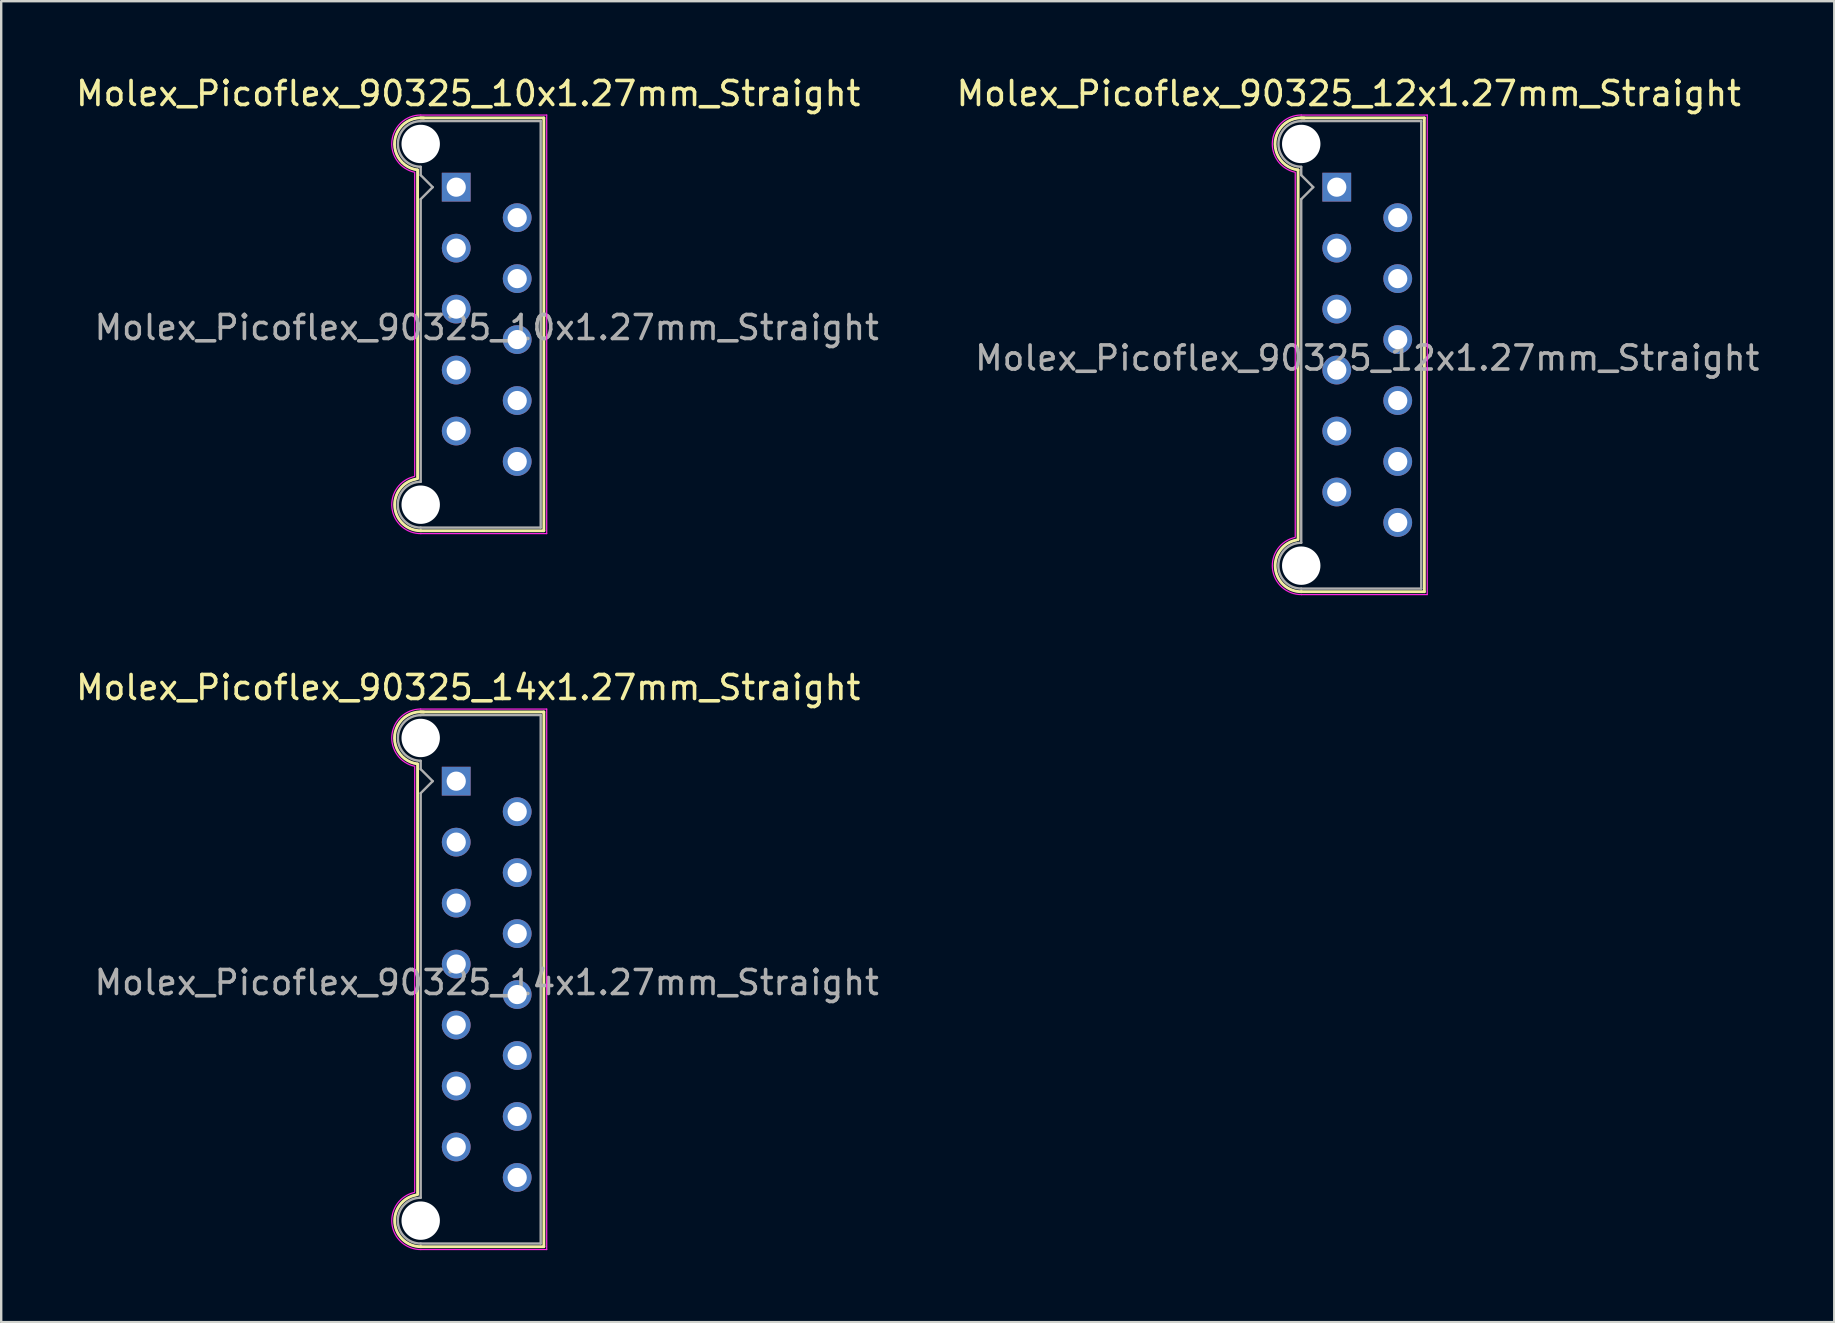
<source format=kicad_pcb>
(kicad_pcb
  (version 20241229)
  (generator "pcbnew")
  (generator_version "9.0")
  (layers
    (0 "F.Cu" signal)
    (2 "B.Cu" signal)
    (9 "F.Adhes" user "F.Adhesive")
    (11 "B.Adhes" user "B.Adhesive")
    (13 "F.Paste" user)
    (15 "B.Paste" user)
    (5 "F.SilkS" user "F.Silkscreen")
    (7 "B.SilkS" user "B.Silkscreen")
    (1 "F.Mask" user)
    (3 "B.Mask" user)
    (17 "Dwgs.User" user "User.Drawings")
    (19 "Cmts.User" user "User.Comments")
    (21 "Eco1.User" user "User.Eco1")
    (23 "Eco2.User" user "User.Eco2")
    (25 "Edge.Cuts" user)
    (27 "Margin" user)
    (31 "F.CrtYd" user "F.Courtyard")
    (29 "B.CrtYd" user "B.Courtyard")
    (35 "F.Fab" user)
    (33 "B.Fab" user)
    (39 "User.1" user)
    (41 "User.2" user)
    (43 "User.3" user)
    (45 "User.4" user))
  (footprint "Molex_Picoflex_90325_12x1.27mm_Straight"
    (layer "F.Cu")
    (at 52.645 4.748)
    (property "Reference" "Molex_Picoflex_90325_12x1.27mm_Straight" (at 0.5 -3.9 0) (layer "F.SilkS") (effects (font (size 1 1) (thickness 0.15))))
    (attr through_hole)
    (fp_line (start -1.61 -0.715) (end -1.61 14.685) (stroke (width 0.12) (type solid)) (layer "F.SilkS"))
    (fp_line (start -1.48 -2.885) (end 3.65 -2.885) (stroke (width 0.12) (type solid)) (layer "F.SilkS"))
    (fp_line (start 3.65 -2.885) (end 3.65 16.855) (stroke (width 0.12) (type solid)) (layer "F.SilkS"))
    (fp_line (start 3.65 16.855) (end -1.48 16.855) (stroke (width 0.12) (type solid)) (layer "F.SilkS"))
    (fp_arc (start -1.61 -0.72) (mid -2.56 -1.93) (end -1.35 -2.88) (stroke (width 0.12) (type solid)) (layer "F.SilkS"))
    (fp_arc (start -1.47 16.855) (mid -2.56 15.874526) (end -1.678256 14.70322) (stroke (width 0.12) (type solid)) (layer "F.SilkS"))
    (fp_line (start -1.73 -0.595) (end -1.73 14.565) (stroke (width 0.05) (type solid)) (layer "F.CrtYd"))
    (fp_line (start -1.48 -3.005) (end 3.77 -3.005) (stroke (width 0.05) (type solid)) (layer "F.CrtYd"))
    (fp_line (start 3.77 -3.005) (end 3.77 16.975) (stroke (width 0.05) (type solid)) (layer "F.CrtYd"))
    (fp_line (start 3.77 16.975) (end -1.48 16.975) (stroke (width 0.05) (type solid)) (layer "F.CrtYd"))
    (fp_arc (start -1.73 -0.62) (mid -2.679668 -1.925287) (end -1.480799 -3.006192) (stroke (width 0.05) (type solid)) (layer "F.CrtYd"))
    (fp_arc (start -1.47 16.975) (mid -2.677354 15.905902) (end -1.740315 14.593411) (stroke (width 0.05) (type solid)) (layer "F.CrtYd"))
    (fp_line (start -1.48 -2.755) (end 3.52 -2.755) (stroke (width 0.1) (type solid)) (layer "F.Fab"))
    (fp_line (start -1.48 -0.845) (end -1.48 -0.5) (stroke (width 0.1) (type solid)) (layer "F.Fab"))
    (fp_line (start -1.48 -0.5) (end -0.98 0) (stroke (width 0.1) (type solid)) (layer "F.Fab"))
    (fp_line (start -1.48 0.5) (end -1.48 14.815) (stroke (width 0.1) (type solid)) (layer "F.Fab"))
    (fp_line (start -0.98 0) (end -1.48 0.5) (stroke (width 0.1) (type solid)) (layer "F.Fab"))
    (fp_line (start 3.52 -2.755) (end 3.52 16.725) (stroke (width 0.1) (type solid)) (layer "F.Fab"))
    (fp_line (start 3.52 16.725) (end -1.48 16.725) (stroke (width 0.1) (type solid)) (layer "F.Fab"))
    (fp_arc (start -1.48 -0.85) (mid -2.43 -1.8) (end -1.48 -2.75) (stroke (width 0.1) (type solid)) (layer "F.Fab"))
    (fp_arc (start -1.48 16.725) (mid -2.435 15.77) (end -1.48 14.815) (stroke (width 0.1) (type solid)) (layer "F.Fab"))
    (fp_text user "${REFERENCE}" (at 1.27 7.12 0) (layer "F.Fab") (effects (font (size 1 1) (thickness 0.15))))
    (pad "" np_thru_hole circle (at -1.48 -1.8) (size 1.6 1.6) (drill 1.6) (layers "*.Cu"))
    (pad "" np_thru_hole circle (at -1.48 15.77) (size 1.6 1.6) (drill 1.6) (layers "*.Cu"))
    (pad "1" thru_hole rect (at 0 0) (size 1.2 1.2) (drill 0.8) (layers "*.Cu" "*.Mask"))
    (pad "2" thru_hole circle (at 2.54 1.27) (size 1.2 1.2) (drill 0.8) (layers "*.Cu" "*.Mask"))
    (pad "3" thru_hole circle (at 0 2.54) (size 1.2 1.2) (drill 0.8) (layers "*.Cu" "*.Mask"))
    (pad "4" thru_hole circle (at 2.54 3.81) (size 1.2 1.2) (drill 0.8) (layers "*.Cu" "*.Mask"))
    (pad "5" thru_hole circle (at 0 5.08) (size 1.2 1.2) (drill 0.8) (layers "*.Cu" "*.Mask"))
    (pad "6" thru_hole circle (at 2.54 6.35) (size 1.2 1.2) (drill 0.8) (layers "*.Cu" "*.Mask"))
    (pad "7" thru_hole circle (at 0 7.62) (size 1.2 1.2) (drill 0.8) (layers "*.Cu" "*.Mask"))
    (pad "8" thru_hole circle (at 2.54 8.89) (size 1.2 1.2) (drill 0.8) (layers "*.Cu" "*.Mask"))
    (pad "9" thru_hole circle (at 0 10.16) (size 1.2 1.2) (drill 0.8) (layers "*.Cu" "*.Mask"))
    (pad "10" thru_hole circle (at 2.54 11.43) (size 1.2 1.2) (drill 0.8) (layers "*.Cu" "*.Mask"))
    (pad "11" thru_hole circle (at 0 12.7) (size 1.2 1.2) (drill 0.8) (layers "*.Cu" "*.Mask"))
    (pad "12" thru_hole circle (at 2.54 13.97) (size 1.2 1.2) (drill 0.8) (layers "*.Cu" "*.Mask")))
  (footprint "Molex_Picoflex_90325_10x1.27mm_Straight"
    (layer "F.Cu")
    (at 15.958 4.748)
    (property "Reference" "Molex_Picoflex_90325_10x1.27mm_Straight" (at 0.5 -3.9 0) (layer "F.SilkS") (effects (font (size 1 1) (thickness 0.15))))
    (attr through_hole)
    (fp_line (start -1.61 -0.715) (end -1.61 12.145) (stroke (width 0.12) (type solid)) (layer "F.SilkS"))
    (fp_line (start -1.48 -2.885) (end 3.65 -2.885) (stroke (width 0.12) (type solid)) (layer "F.SilkS"))
    (fp_line (start 3.65 -2.885) (end 3.65 14.315) (stroke (width 0.12) (type solid)) (layer "F.SilkS"))
    (fp_line (start 3.65 14.315) (end -1.48 14.315) (stroke (width 0.12) (type solid)) (layer "F.SilkS"))
    (fp_arc (start -1.61 -0.72) (mid -2.56 -1.93) (end -1.35 -2.88) (stroke (width 0.12) (type solid)) (layer "F.SilkS"))
    (fp_arc (start -1.47 14.315) (mid -2.56 13.334526) (end -1.678256 12.16322) (stroke (width 0.12) (type solid)) (layer "F.SilkS"))
    (fp_line (start -1.73 -0.595) (end -1.73 12.025) (stroke (width 0.05) (type solid)) (layer "F.CrtYd"))
    (fp_line (start -1.47 -3.005) (end 3.77 -3.005) (stroke (width 0.05) (type solid)) (layer "F.CrtYd"))
    (fp_line (start 3.77 -3.005) (end 3.77 14.435) (stroke (width 0.05) (type solid)) (layer "F.CrtYd"))
    (fp_line (start 3.77 14.435) (end -1.48 14.435) (stroke (width 0.05) (type solid)) (layer "F.CrtYd"))
    (fp_arc (start -1.73 -0.62) (mid -2.679668 -1.925287) (end -1.480799 -3.006192) (stroke (width 0.05) (type solid)) (layer "F.CrtYd"))
    (fp_arc (start -1.47 14.435) (mid -2.677354 13.365902) (end -1.740315 12.053411) (stroke (width 0.05) (type solid)) (layer "F.CrtYd"))
    (fp_line (start -1.48 -2.755) (end 3.52 -2.755) (stroke (width 0.1) (type solid)) (layer "F.Fab"))
    (fp_line (start -1.48 -0.845) (end -1.48 -0.5) (stroke (width 0.1) (type solid)) (layer "F.Fab"))
    (fp_line (start -1.48 -0.5) (end -0.98 0) (stroke (width 0.1) (type solid)) (layer "F.Fab"))
    (fp_line (start -1.48 0.5) (end -1.48 12.275) (stroke (width 0.1) (type solid)) (layer "F.Fab"))
    (fp_line (start -0.98 0) (end -1.48 0.5) (stroke (width 0.1) (type solid)) (layer "F.Fab"))
    (fp_line (start 3.52 -2.755) (end 3.52 14.185) (stroke (width 0.1) (type solid)) (layer "F.Fab"))
    (fp_line (start 3.52 14.185) (end -1.48 14.185) (stroke (width 0.1) (type solid)) (layer "F.Fab"))
    (fp_arc (start -1.48 -0.85) (mid -2.43 -1.8) (end -1.48 -2.75) (stroke (width 0.1) (type solid)) (layer "F.Fab"))
    (fp_arc (start -1.48 14.185) (mid -2.435 13.23) (end -1.48 12.275) (stroke (width 0.1) (type solid)) (layer "F.Fab"))
    (fp_text user "${REFERENCE}" (at 1.27 5.85 0) (layer "F.Fab") (effects (font (size 1 1) (thickness 0.15))))
    (pad "" np_thru_hole circle (at -1.48 -1.8) (size 1.6 1.6) (drill 1.6) (layers "*.Cu"))
    (pad "" np_thru_hole circle (at -1.48 13.23) (size 1.6 1.6) (drill 1.6) (layers "*.Cu"))
    (pad "1" thru_hole rect (at 0 0) (size 1.2 1.2) (drill 0.8) (layers "*.Cu" "*.Mask"))
    (pad "2" thru_hole circle (at 2.54 1.27) (size 1.2 1.2) (drill 0.8) (layers "*.Cu" "*.Mask"))
    (pad "3" thru_hole circle (at 0 2.54) (size 1.2 1.2) (drill 0.8) (layers "*.Cu" "*.Mask"))
    (pad "4" thru_hole circle (at 2.54 3.81) (size 1.2 1.2) (drill 0.8) (layers "*.Cu" "*.Mask"))
    (pad "5" thru_hole circle (at 0 5.08) (size 1.2 1.2) (drill 0.8) (layers "*.Cu" "*.Mask"))
    (pad "6" thru_hole circle (at 2.54 6.35) (size 1.2 1.2) (drill 0.8) (layers "*.Cu" "*.Mask"))
    (pad "7" thru_hole circle (at 0 7.62) (size 1.2 1.2) (drill 0.8) (layers "*.Cu" "*.Mask"))
    (pad "8" thru_hole circle (at 2.54 8.89) (size 1.2 1.2) (drill 0.8) (layers "*.Cu" "*.Mask"))
    (pad "9" thru_hole circle (at 0 10.16) (size 1.2 1.2) (drill 0.8) (layers "*.Cu" "*.Mask"))
    (pad "10" thru_hole circle (at 2.54 11.43) (size 1.2 1.2) (drill 0.8) (layers "*.Cu" "*.Mask")))
  (footprint "Molex_Picoflex_90325_14x1.27mm_Straight"
    (layer "F.Cu")
    (at 15.958 29.497)
    (property "Reference" "Molex_Picoflex_90325_14x1.27mm_Straight" (at 0.5 -3.9 0) (layer "F.SilkS") (effects (font (size 1 1) (thickness 0.15))))
    (attr through_hole)
    (fp_line (start -1.61 -0.715) (end -1.61 17.225) (stroke (width 0.12) (type solid)) (layer "F.SilkS"))
    (fp_line (start -1.48 -2.885) (end 3.65 -2.885) (stroke (width 0.12) (type solid)) (layer "F.SilkS"))
    (fp_line (start 3.65 -2.885) (end 3.65 19.395) (stroke (width 0.12) (type solid)) (layer "F.SilkS"))
    (fp_line (start 3.65 19.395) (end -1.48 19.395) (stroke (width 0.12) (type solid)) (layer "F.SilkS"))
    (fp_arc (start -1.61 -0.72) (mid -2.56 -1.93) (end -1.35 -2.88) (stroke (width 0.12) (type solid)) (layer "F.SilkS"))
    (fp_arc (start -1.47 19.395) (mid -2.56 18.414526) (end -1.678256 17.24322) (stroke (width 0.12) (type solid)) (layer "F.SilkS"))
    (fp_line (start -1.73 -0.595) (end -1.73 17.105) (stroke (width 0.05) (type solid)) (layer "F.CrtYd"))
    (fp_line (start -1.48 -3.005) (end 3.77 -3.005) (stroke (width 0.05) (type solid)) (layer "F.CrtYd"))
    (fp_line (start 3.77 -3.005) (end 3.77 19.515) (stroke (width 0.05) (type solid)) (layer "F.CrtYd"))
    (fp_line (start 3.77 19.515) (end -1.48 19.515) (stroke (width 0.05) (type solid)) (layer "F.CrtYd"))
    (fp_arc (start -1.73 -0.62) (mid -2.679668 -1.925287) (end -1.480799 -3.006192) (stroke (width 0.05) (type solid)) (layer "F.CrtYd"))
    (fp_arc (start -1.47 19.515) (mid -2.677354 18.445902) (end -1.740315 17.133411) (stroke (width 0.05) (type solid)) (layer "F.CrtYd"))
    (fp_line (start -1.48 -2.755) (end 3.52 -2.755) (stroke (width 0.1) (type solid)) (layer "F.Fab"))
    (fp_line (start -1.48 -0.845) (end -1.48 -0.5) (stroke (width 0.1) (type solid)) (layer "F.Fab"))
    (fp_line (start -1.48 -0.5) (end -0.98 0) (stroke (width 0.1) (type solid)) (layer "F.Fab"))
    (fp_line (start -1.48 0.5) (end -1.48 17.355) (stroke (width 0.1) (type solid)) (layer "F.Fab"))
    (fp_line (start -0.98 0) (end -1.48 0.5) (stroke (width 0.1) (type solid)) (layer "F.Fab"))
    (fp_line (start 3.52 -2.755) (end 3.52 19.265) (stroke (width 0.1) (type solid)) (layer "F.Fab"))
    (fp_line (start 3.52 19.265) (end -1.48 19.265) (stroke (width 0.1) (type solid)) (layer "F.Fab"))
    (fp_arc (start -1.48 -0.85) (mid -2.43 -1.8) (end -1.48 -2.75) (stroke (width 0.1) (type solid)) (layer "F.Fab"))
    (fp_arc (start -1.48 19.265) (mid -2.435 18.31) (end -1.48 17.355) (stroke (width 0.1) (type solid)) (layer "F.Fab"))
    (fp_text user "${REFERENCE}" (at 1.27 8.39 0) (layer "F.Fab") (effects (font (size 1 1) (thickness 0.15))))
    (pad "" np_thru_hole circle (at -1.48 -1.8) (size 1.6 1.6) (drill 1.6) (layers "*.Cu"))
    (pad "" np_thru_hole circle (at -1.48 18.31) (size 1.6 1.6) (drill 1.6) (layers "*.Cu"))
    (pad "1" thru_hole rect (at 0 0) (size 1.2 1.2) (drill 0.8) (layers "*.Cu" "*.Mask"))
    (pad "2" thru_hole circle (at 2.54 1.27) (size 1.2 1.2) (drill 0.8) (layers "*.Cu" "*.Mask"))
    (pad "3" thru_hole circle (at 0 2.54) (size 1.2 1.2) (drill 0.8) (layers "*.Cu" "*.Mask"))
    (pad "4" thru_hole circle (at 2.54 3.81) (size 1.2 1.2) (drill 0.8) (layers "*.Cu" "*.Mask"))
    (pad "5" thru_hole circle (at 0 5.08) (size 1.2 1.2) (drill 0.8) (layers "*.Cu" "*.Mask"))
    (pad "6" thru_hole circle (at 2.54 6.35) (size 1.2 1.2) (drill 0.8) (layers "*.Cu" "*.Mask"))
    (pad "7" thru_hole circle (at 0 7.62) (size 1.2 1.2) (drill 0.8) (layers "*.Cu" "*.Mask"))
    (pad "8" thru_hole circle (at 2.54 8.89) (size 1.2 1.2) (drill 0.8) (layers "*.Cu" "*.Mask"))
    (pad "9" thru_hole circle (at 0 10.16) (size 1.2 1.2) (drill 0.8) (layers "*.Cu" "*.Mask"))
    (pad "10" thru_hole circle (at 2.54 11.43) (size 1.2 1.2) (drill 0.8) (layers "*.Cu" "*.Mask"))
    (pad "11" thru_hole circle (at 0 12.7) (size 1.2 1.2) (drill 0.8) (layers "*.Cu" "*.Mask"))
    (pad "12" thru_hole circle (at 2.54 13.97) (size 1.2 1.2) (drill 0.8) (layers "*.Cu" "*.Mask"))
    (pad "13" thru_hole circle (at 0 15.24) (size 1.2 1.2) (drill 0.8) (layers "*.Cu" "*.Mask"))
    (pad "14" thru_hole circle (at 2.54 16.51) (size 1.2 1.2) (drill 0.8) (layers "*.Cu" "*.Mask")))
  (gr_rect
    (start -3 -3)
    (end 73.373 52.037)
    (stroke (width 0.1) (type default))
    (fill no)
    (layer "Edge.Cuts")))
</source>
